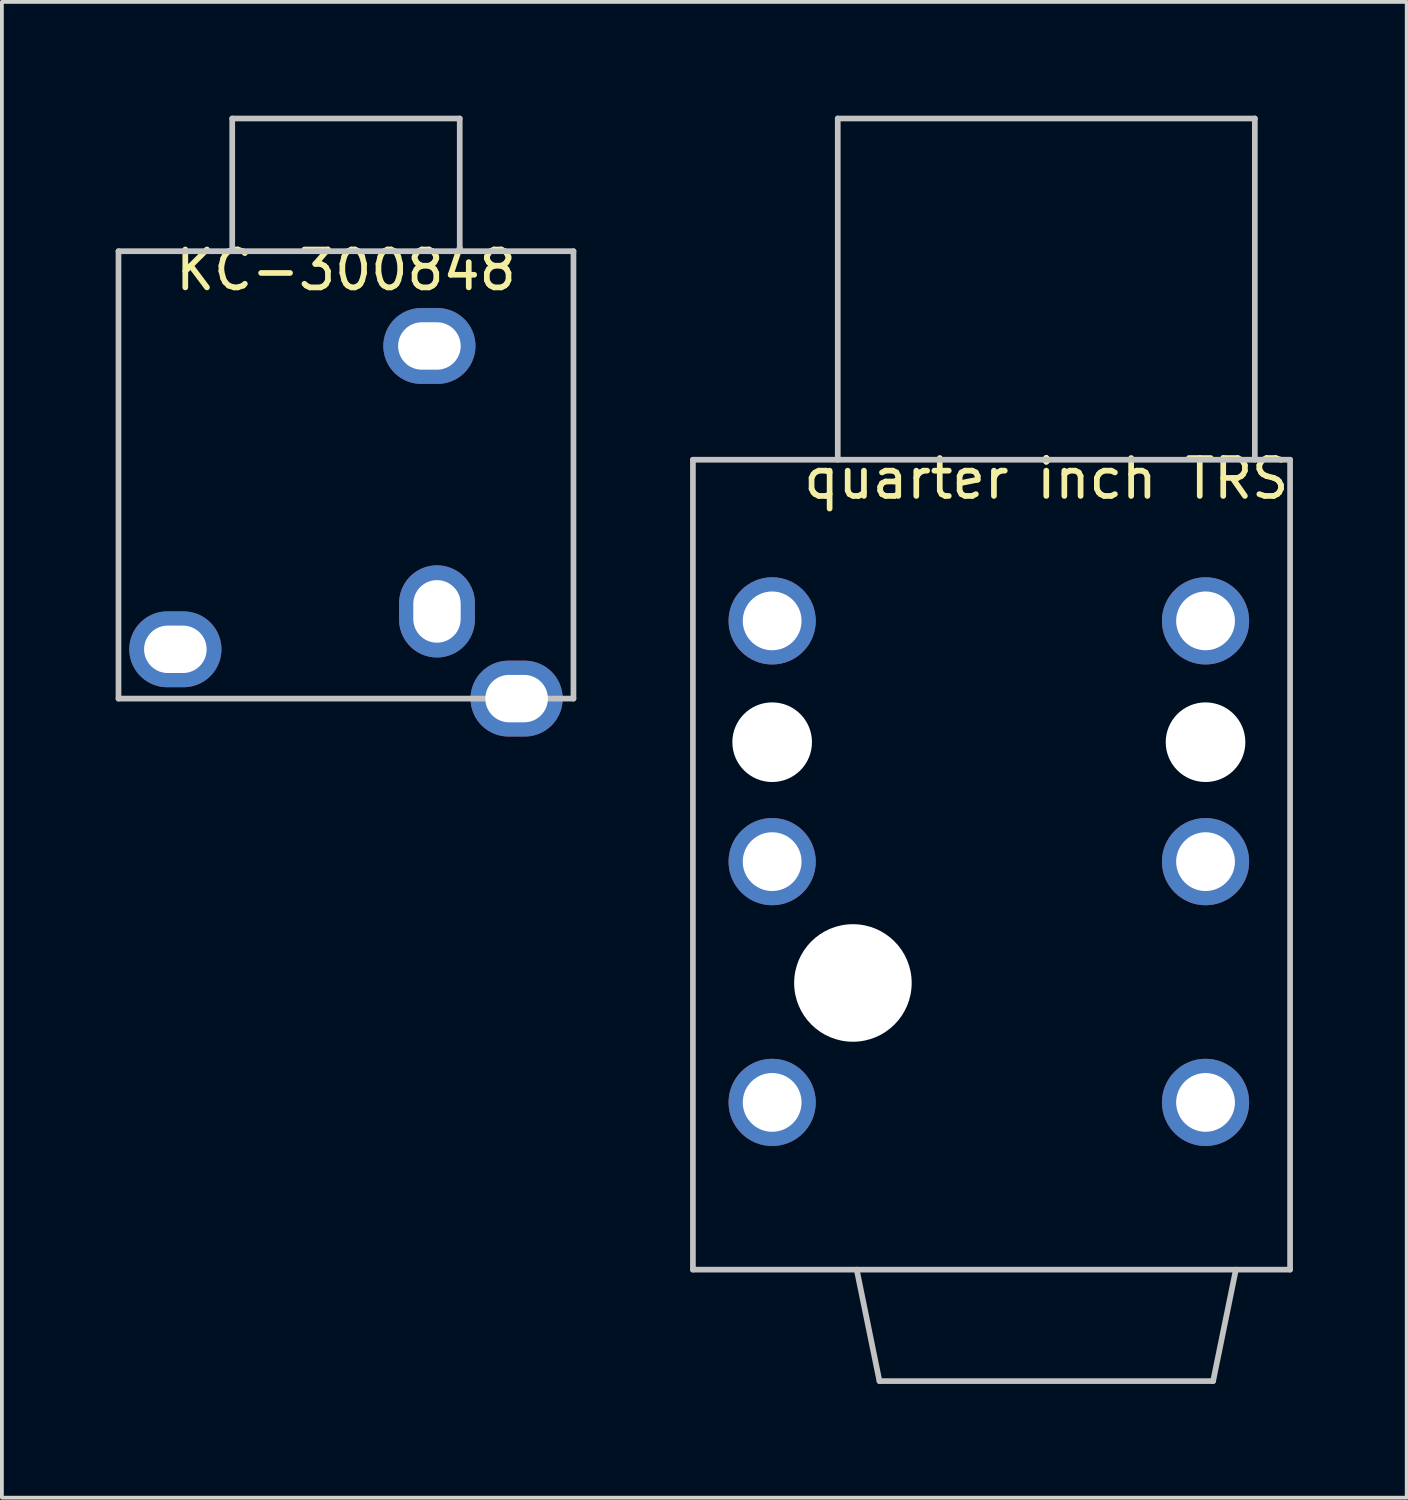
<source format=kicad_pcb>
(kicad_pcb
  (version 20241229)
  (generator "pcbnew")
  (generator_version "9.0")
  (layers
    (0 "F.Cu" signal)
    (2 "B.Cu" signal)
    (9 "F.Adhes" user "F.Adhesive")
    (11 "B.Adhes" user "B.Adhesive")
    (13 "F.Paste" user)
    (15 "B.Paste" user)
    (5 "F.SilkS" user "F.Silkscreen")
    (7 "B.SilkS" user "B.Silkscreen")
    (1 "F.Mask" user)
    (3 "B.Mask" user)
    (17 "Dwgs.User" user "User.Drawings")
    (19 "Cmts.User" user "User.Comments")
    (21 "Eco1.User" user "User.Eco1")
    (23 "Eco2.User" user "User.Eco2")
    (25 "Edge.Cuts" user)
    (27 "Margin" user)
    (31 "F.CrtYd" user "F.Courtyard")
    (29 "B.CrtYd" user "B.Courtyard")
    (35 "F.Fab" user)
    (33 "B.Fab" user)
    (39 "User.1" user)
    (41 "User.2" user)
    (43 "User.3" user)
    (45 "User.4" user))
  (footprint "KC-300848"
    (layer "F.Cu")
    (at 6.075 9.575)
    (property "Reference" "KC-300848" (at 0 -5.5 0) (layer "F.SilkS") (effects (font (size 1 1) (thickness 0.15))))
    (attr through_hole)
    (fp_line (start -6 5.8) (end -6 -6) (stroke (width 0.15) (type solid)) (layer "Dwgs.User"))
    (fp_line (start -3 -9.5) (end -3 -6) (stroke (width 0.15) (type solid)) (layer "Dwgs.User"))
    (fp_line (start 3 -9.5) (end -3 -9.5) (stroke (width 0.15) (type solid)) (layer "Dwgs.User"))
    (fp_line (start 3 -9.5) (end 3 -6) (stroke (width 0.15) (type solid)) (layer "Dwgs.User"))
    (fp_line (start 6 -6) (end -6 -6) (stroke (width 0.15) (type solid)) (layer "Dwgs.User"))
    (fp_line (start 6 5.8) (end -6 5.8) (stroke (width 0.15) (type solid)) (layer "Dwgs.User"))
    (fp_line (start 6 5.8) (end 6 -6) (stroke (width 0.15) (type solid)) (layer "Dwgs.User"))
    (pad "B" thru_hole oval (at 2.4 3.5 270) (size 2.43 2) (drill oval 1.65 1.25) (layers "*.Cu" "*.Mask"))
    (pad "R" thru_hole oval (at 4.5 5.8) (size 2.43 2) (drill oval 1.65 1.25) (layers "*.Cu" "*.Mask"))
    (pad "S" thru_hole oval (at 2.2 -3.5) (size 2.43 2) (drill oval 1.65 1.25) (layers "*.Cu" "*.Mask"))
    (pad "T" thru_hole oval (at -4.5 4.5) (size 2.43 2) (drill oval 1.65 1.25) (layers "*.Cu" "*.Mask")))
  (footprint "quarter inch TRS"
    (layer "F.Cu")
    (at 24.545 9.075)
    (property "Reference" "quarter inch TRS" (at 0 0.5 0) (layer "F.SilkS") (effects (font (size 1 1) (thickness 0.15))))
    (attr through_hole)
    (fp_line (start -9.32 0) (end -9.32 21.36) (stroke (width 0.15) (type solid)) (layer "Dwgs.User"))
    (fp_line (start -5.5 -9) (end -5.5 0) (stroke (width 0.15) (type solid)) (layer "Dwgs.User"))
    (fp_line (start -5 21.36) (end -4.4 24.3) (stroke (width 0.15) (type solid)) (layer "Dwgs.User"))
    (fp_line (start 4.4 24.3) (end -4.4 24.3) (stroke (width 0.15) (type solid)) (layer "Dwgs.User"))
    (fp_line (start 5 21.36) (end 4.4 24.3) (stroke (width 0.15) (type solid)) (layer "Dwgs.User"))
    (fp_line (start 5.5 -9) (end -5.5 -9) (stroke (width 0.15) (type solid)) (layer "Dwgs.User"))
    (fp_line (start 5.5 -9) (end 5.5 0) (stroke (width 0.15) (type solid)) (layer "Dwgs.User"))
    (fp_line (start 6.43 0) (end -9.32 0) (stroke (width 0.15) (type solid)) (layer "Dwgs.User"))
    (fp_line (start 6.43 0) (end 6.43 21.36) (stroke (width 0.15) (type solid)) (layer "Dwgs.User"))
    (fp_line (start 6.43 21.36) (end -9.32 21.36) (stroke (width 0.15) (type solid)) (layer "Dwgs.User"))
    (pad "" np_thru_hole circle (at -7.23 7.45) (size 2.1 2.1) (drill 2.1) (layers "*.Cu" "*.Mask"))
    (pad "" np_thru_hole circle (at -5.1 13.8) (size 3.1 3.1) (drill 3.1) (layers "*.Cu" "*.Mask"))
    (pad "" np_thru_hole circle (at 4.2 7.45) (size 2.1 2.1) (drill 2.1) (layers "*.Cu" "*.Mask"))
    (pad "R" thru_hole circle (at -7.23 10.6) (size 2.3 2.3) (drill 1.55) (layers "*.Cu" "*.Mask"))
    (pad "RN" thru_hole circle (at 4.2 10.6) (size 2.3 2.3) (drill 1.55) (layers "*.Cu" "*.Mask"))
    (pad "S" thru_hole circle (at -7.23 4.25) (size 2.3 2.3) (drill 1.55) (layers "*.Cu" "*.Mask"))
    (pad "SN" thru_hole circle (at 4.2 4.25) (size 2.3 2.3) (drill 1.55) (layers "*.Cu" "*.Mask"))
    (pad "T" thru_hole circle (at -7.23 16.95) (size 2.3 2.3) (drill 1.55) (layers "*.Cu" "*.Mask"))
    (pad "TN" thru_hole circle (at 4.2 16.95) (size 2.3 2.3) (drill 1.55) (layers "*.Cu" "*.Mask")))
  (gr_rect
    (start -3 -3)
    (end 34.051 36.45)
    (stroke (width 0.1) (type default))
    (fill no)
    (layer "Edge.Cuts")))
</source>
